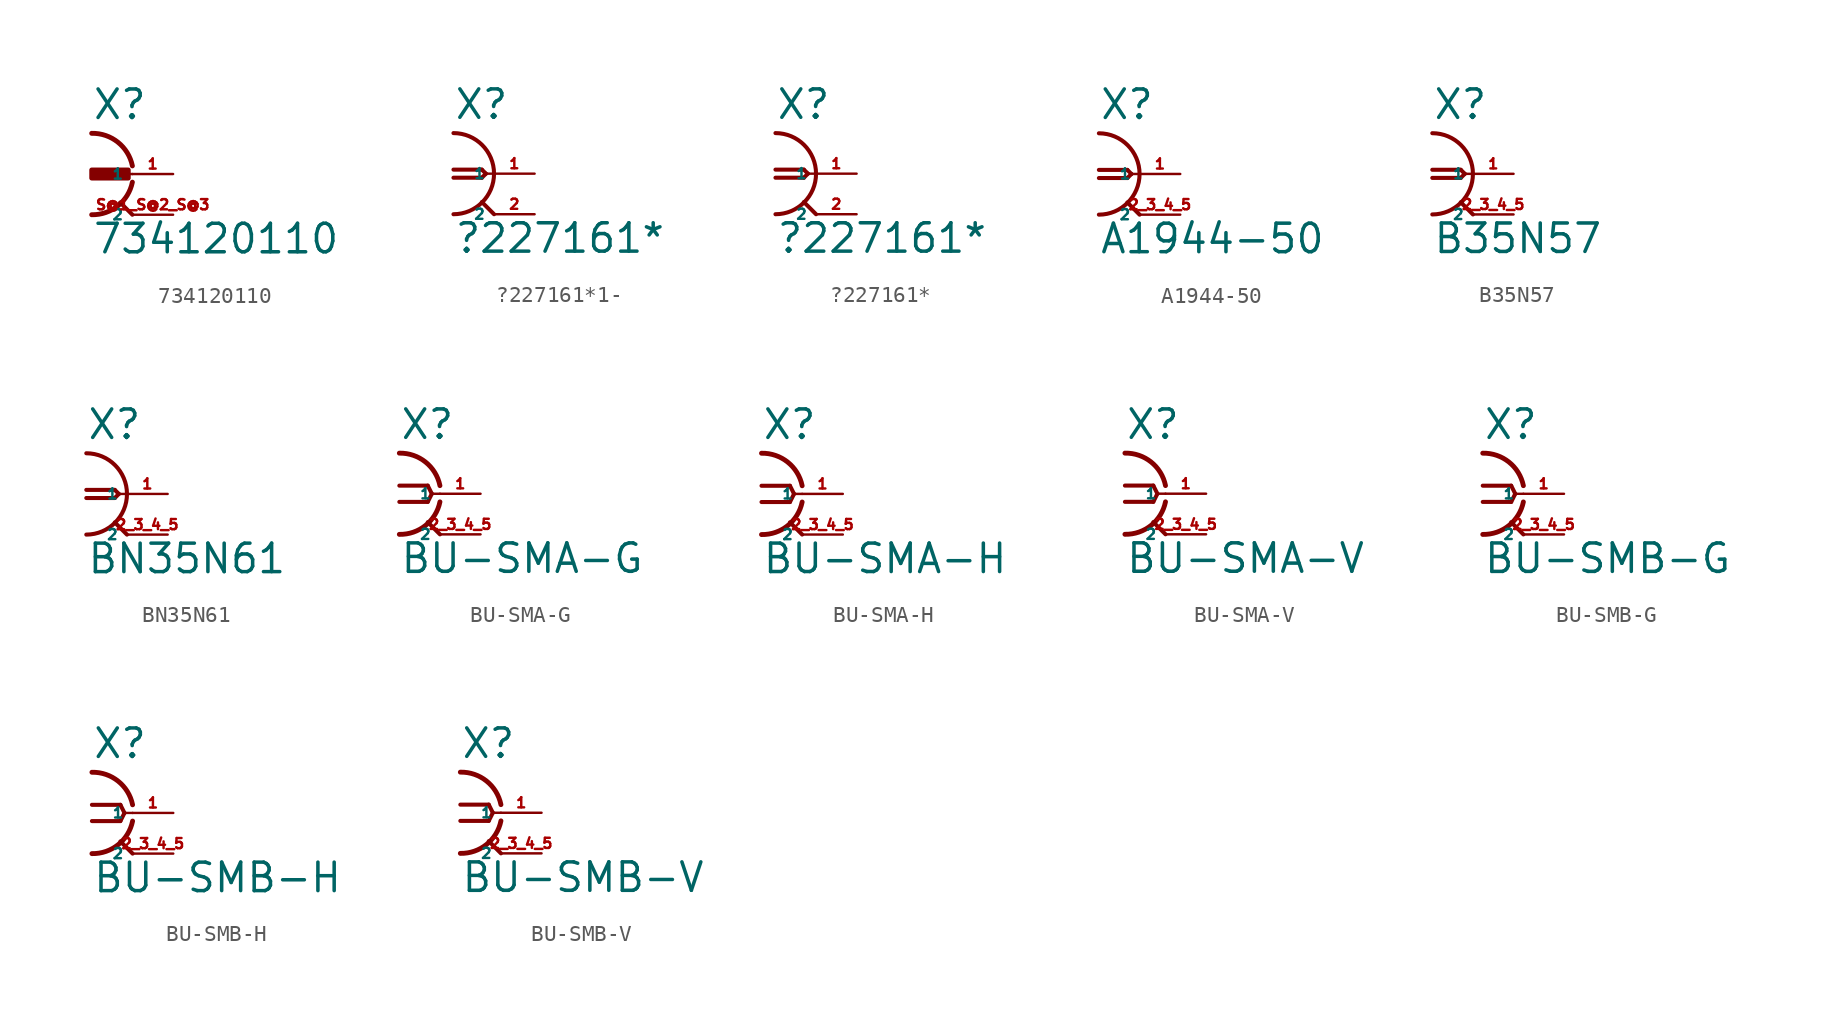
<source format=kicad_sym>
(kicad_symbol_lib
  (version 20220914)
  (generator Eagle2Kicad)
  (symbol "734120110"
    (property "Reference" "X"
      (at -2.54 3.302 0)
      (effects (font (size 1.778 1.778) (thickness 0.22)) (justify left bottom)))
    (property "Value" "734120110"
      (at -2.54 -5.08 0)
      (effects (font (size 1.778 1.778) (thickness 0.22)) (justify left bottom)))
    (polyline
      (pts (xy 0 -2.54) (xy -0.762 -1.778))
      (stroke (width 0.254) (type default))
      (fill (type none)))
    (polyline
      (pts (xy 0 0) (xy -0.508 0))
      (stroke (width 0.152) (type default))
      (fill (type none)))
    (arc
      (start 0 0.508)
      (mid -0.902 1.984)
      (end -2.54 2.54)
      (stroke (width 0.3048) (type default))
      (fill (type none)))
    (arc
      (start -2.54 -2.54)
      (mid -0.902 -1.984)
      (end 0 -0.508)
      (stroke (width 0.3048) (type default))
      (fill (type none)))
    (rectangle
      (start -2.54 -0.254)
      (end -0.254 0.254)
      (stroke (width 0.3) (type default))
      (fill (type outline)))
    (pin passive line
      (at 2.54 0 180)
      (length 2.54)
      (name "1" (effects (font (size 0.635 0.635) (thickness 0.08)) (justify left bottom)))
      (number "1" (effects (font (size 0.635 0.635) (thickness 0.08)) (justify left bottom))))
    (pin passive line
      (at 2.54 -2.54 180)
      (length 2.54)
      (name "2" (effects (font (size 0.635 0.635) (thickness 0.08)) (justify left bottom)))
      (number "S@1 S@2 S@3" (effects (font (size 0.635 0.635) (thickness 0.08)) (justify left bottom)))))
  (symbol "?227161*1-"
    (property "Reference" "X"
      (at -2.54 3.302 0)
      (effects (font (size 1.778 1.778) (thickness 0.22)) (justify left bottom)))
    (property "Value" "?227161*"
      (at -2.54 -5.08 0)
      (effects (font (size 1.778 1.778) (thickness 0.22)) (justify left bottom)))
    (arc
      (start -2.54 -2.54)
      (mid 0.000 0.000)
      (end -2.54 2.54)
      (stroke (width 0.254) (type default))
      (fill (type none)))
    (polyline
      (pts (xy 0 -2.54) (xy -0.762 -1.778))
      (stroke (width 0.254) (type default))
      (fill (type none)))
    (polyline
      (pts (xy 0 0) (xy -0.508 0))
      (stroke (width 0.152) (type default))
      (fill (type none)))
    (polyline
      (pts (xy -2.54 0.254) (xy -0.762 0.254))
      (stroke (width 0.254) (type default))
      (fill (type none)))
    (polyline
      (pts (xy -0.762 0.254) (xy -0.508 0))
      (stroke (width 0.254) (type default))
      (fill (type none)))
    (polyline
      (pts (xy -0.508 0) (xy -0.762 -0.254))
      (stroke (width 0.254) (type default))
      (fill (type none)))
    (polyline
      (pts (xy -0.762 -0.254) (xy -2.54 -0.254))
      (stroke (width 0.254) (type default))
      (fill (type none)))
    (pin passive line
      (at 2.54 0 180)
      (length 2.54)
      (name "1" (effects (font (size 0.635 0.635) (thickness 0.08)) (justify left bottom)))
      (number "1" (effects (font (size 0.635 0.635) (thickness 0.08)) (justify left bottom))))
    (pin passive line
      (at 2.54 -2.54 180)
      (length 2.54)
      (name "2" (effects (font (size 0.635 0.635) (thickness 0.08)) (justify left bottom)))
      (number "2" (effects (font (size 0.635 0.635) (thickness 0.08)) (justify left bottom)))))
  (symbol "?227161*"
    (property "Reference" "X"
      (at -2.54 3.302 0)
      (effects (font (size 1.778 1.778) (thickness 0.22)) (justify left bottom)))
    (property "Value" "?227161*"
      (at -2.54 -5.08 0)
      (effects (font (size 1.778 1.778) (thickness 0.22)) (justify left bottom)))
    (arc
      (start -2.54 -2.54)
      (mid 0.000 0.000)
      (end -2.54 2.54)
      (stroke (width 0.254) (type default))
      (fill (type none)))
    (polyline
      (pts (xy 0 -2.54) (xy -0.762 -1.778))
      (stroke (width 0.254) (type default))
      (fill (type none)))
    (polyline
      (pts (xy 0 0) (xy -0.508 0))
      (stroke (width 0.152) (type default))
      (fill (type none)))
    (polyline
      (pts (xy -2.54 0.254) (xy -0.762 0.254))
      (stroke (width 0.254) (type default))
      (fill (type none)))
    (polyline
      (pts (xy -0.762 0.254) (xy -0.508 0))
      (stroke (width 0.254) (type default))
      (fill (type none)))
    (polyline
      (pts (xy -0.508 0) (xy -0.762 -0.254))
      (stroke (width 0.254) (type default))
      (fill (type none)))
    (polyline
      (pts (xy -0.762 -0.254) (xy -2.54 -0.254))
      (stroke (width 0.254) (type default))
      (fill (type none)))
    (pin passive line
      (at 2.54 0 180)
      (length 2.54)
      (name "1" (effects (font (size 0.635 0.635) (thickness 0.08)) (justify left bottom)))
      (number "1" (effects (font (size 0.635 0.635) (thickness 0.08)) (justify left bottom))))
    (pin passive line
      (at 2.54 -2.54 180)
      (length 2.54)
      (name "2" (effects (font (size 0.635 0.635) (thickness 0.08)) (justify left bottom)))
      (number "2" (effects (font (size 0.635 0.635) (thickness 0.08)) (justify left bottom)))))
  (symbol "A1944-50"
    (property "Reference" "X"
      (at -2.54 3.302 0)
      (effects (font (size 1.778 1.778) (thickness 0.22)) (justify left bottom)))
    (property "Value" "A1944-50"
      (at -2.54 -5.08 0)
      (effects (font (size 1.778 1.778) (thickness 0.22)) (justify left bottom)))
    (arc
      (start -2.54 -2.54)
      (mid 0.000 0.000)
      (end -2.54 2.54)
      (stroke (width 0.254) (type default))
      (fill (type none)))
    (polyline
      (pts (xy 0 -2.54) (xy -0.762 -1.778))
      (stroke (width 0.254) (type default))
      (fill (type none)))
    (polyline
      (pts (xy 0 0) (xy -0.508 0))
      (stroke (width 0.152) (type default))
      (fill (type none)))
    (polyline
      (pts (xy -2.54 0.254) (xy -0.762 0.254))
      (stroke (width 0.254) (type default))
      (fill (type none)))
    (polyline
      (pts (xy -0.762 0.254) (xy -0.508 0))
      (stroke (width 0.254) (type default))
      (fill (type none)))
    (polyline
      (pts (xy -0.508 0) (xy -0.762 -0.254))
      (stroke (width 0.254) (type default))
      (fill (type none)))
    (polyline
      (pts (xy -0.762 -0.254) (xy -2.54 -0.254))
      (stroke (width 0.254) (type default))
      (fill (type none)))
    (pin passive line
      (at 2.54 0 180)
      (length 2.54)
      (name "1" (effects (font (size 0.635 0.635) (thickness 0.08)) (justify left bottom)))
      (number "1" (effects (font (size 0.635 0.635) (thickness 0.08)) (justify left bottom))))
    (pin passive line
      (at 2.54 -2.54 180)
      (length 2.54)
      (name "2" (effects (font (size 0.635 0.635) (thickness 0.08)) (justify left bottom)))
      (number "2 3 4 5" (effects (font (size 0.635 0.635) (thickness 0.08)) (justify left bottom)))))
  (symbol "B35N57"
    (property "Reference" "X"
      (at -2.54 3.302 0)
      (effects (font (size 1.778 1.778) (thickness 0.22)) (justify left bottom)))
    (property "Value" "B35N57"
      (at -2.54 -5.08 0)
      (effects (font (size 1.778 1.778) (thickness 0.22)) (justify left bottom)))
    (arc
      (start -2.54 -2.54)
      (mid 0.000 0.000)
      (end -2.54 2.54)
      (stroke (width 0.254) (type default))
      (fill (type none)))
    (polyline
      (pts (xy 0 -2.54) (xy -0.762 -1.778))
      (stroke (width 0.254) (type default))
      (fill (type none)))
    (polyline
      (pts (xy 0 0) (xy -0.508 0))
      (stroke (width 0.152) (type default))
      (fill (type none)))
    (polyline
      (pts (xy -2.54 0.254) (xy -0.762 0.254))
      (stroke (width 0.254) (type default))
      (fill (type none)))
    (polyline
      (pts (xy -0.762 0.254) (xy -0.508 0))
      (stroke (width 0.254) (type default))
      (fill (type none)))
    (polyline
      (pts (xy -0.508 0) (xy -0.762 -0.254))
      (stroke (width 0.254) (type default))
      (fill (type none)))
    (polyline
      (pts (xy -0.762 -0.254) (xy -2.54 -0.254))
      (stroke (width 0.254) (type default))
      (fill (type none)))
    (pin passive line
      (at 2.54 0 180)
      (length 2.54)
      (name "1" (effects (font (size 0.635 0.635) (thickness 0.08)) (justify left bottom)))
      (number "1" (effects (font (size 0.635 0.635) (thickness 0.08)) (justify left bottom))))
    (pin passive line
      (at 2.54 -2.54 180)
      (length 2.54)
      (name "2" (effects (font (size 0.635 0.635) (thickness 0.08)) (justify left bottom)))
      (number "2 3 4 5" (effects (font (size 0.635 0.635) (thickness 0.08)) (justify left bottom)))))
  (symbol "BN35N61"
    (property "Reference" "X"
      (at -2.54 3.302 0)
      (effects (font (size 1.778 1.778) (thickness 0.22)) (justify left bottom)))
    (property "Value" "BN35N61"
      (at -2.54 -5.08 0)
      (effects (font (size 1.778 1.778) (thickness 0.22)) (justify left bottom)))
    (arc
      (start -2.54 -2.54)
      (mid 0.000 0.000)
      (end -2.54 2.54)
      (stroke (width 0.254) (type default))
      (fill (type none)))
    (polyline
      (pts (xy 0 -2.54) (xy -0.762 -1.778))
      (stroke (width 0.254) (type default))
      (fill (type none)))
    (polyline
      (pts (xy 0 0) (xy -0.508 0))
      (stroke (width 0.152) (type default))
      (fill (type none)))
    (polyline
      (pts (xy -2.54 0.254) (xy -0.762 0.254))
      (stroke (width 0.254) (type default))
      (fill (type none)))
    (polyline
      (pts (xy -0.762 0.254) (xy -0.508 0))
      (stroke (width 0.254) (type default))
      (fill (type none)))
    (polyline
      (pts (xy -0.508 0) (xy -0.762 -0.254))
      (stroke (width 0.254) (type default))
      (fill (type none)))
    (polyline
      (pts (xy -0.762 -0.254) (xy -2.54 -0.254))
      (stroke (width 0.254) (type default))
      (fill (type none)))
    (pin passive line
      (at 2.54 0 180)
      (length 2.54)
      (name "1" (effects (font (size 0.635 0.635) (thickness 0.08)) (justify left bottom)))
      (number "1" (effects (font (size 0.635 0.635) (thickness 0.08)) (justify left bottom))))
    (pin passive line
      (at 2.54 -2.54 180)
      (length 2.54)
      (name "2" (effects (font (size 0.635 0.635) (thickness 0.08)) (justify left bottom)))
      (number "2 3 4 5" (effects (font (size 0.635 0.635) (thickness 0.08)) (justify left bottom)))))
  (symbol "BU-SMA-G"
    (property "Reference" "X"
      (at -2.54 3.302 0)
      (effects (font (size 1.778 1.778) (thickness 0.22)) (justify left bottom)))
    (property "Value" "BU-SMA-G"
      (at -2.54 -5.08 0)
      (effects (font (size 1.778 1.778) (thickness 0.22)) (justify left bottom)))
    (polyline
      (pts (xy 0 -2.54) (xy -0.762 -1.778))
      (stroke (width 0.254) (type default))
      (fill (type none)))
    (polyline
      (pts (xy 0 0) (xy -0.508 0))
      (stroke (width 0.152) (type default))
      (fill (type none)))
    (polyline
      (pts (xy -2.54 0.508) (xy -0.762 0.508))
      (stroke (width 0.254) (type default))
      (fill (type none)))
    (polyline
      (pts (xy -0.762 0.508) (xy -0.508 0))
      (stroke (width 0.254) (type default))
      (fill (type none)))
    (polyline
      (pts (xy -0.508 0) (xy -0.762 -0.508))
      (stroke (width 0.254) (type default))
      (fill (type none)))
    (polyline
      (pts (xy -0.762 -0.508) (xy -2.54 -0.508))
      (stroke (width 0.254) (type default))
      (fill (type none)))
    (arc
      (start 0 0.508)
      (mid -0.902 1.984)
      (end -2.54 2.54)
      (stroke (width 0.3048) (type default))
      (fill (type none)))
    (arc
      (start -2.54 -2.54)
      (mid -0.902 -1.984)
      (end 0 -0.508)
      (stroke (width 0.3048) (type default))
      (fill (type none)))
    (pin passive line
      (at 2.54 0 180)
      (length 2.54)
      (name "1" (effects (font (size 0.635 0.635) (thickness 0.08)) (justify left bottom)))
      (number "1" (effects (font (size 0.635 0.635) (thickness 0.08)) (justify left bottom))))
    (pin passive line
      (at 2.54 -2.54 180)
      (length 2.54)
      (name "2" (effects (font (size 0.635 0.635) (thickness 0.08)) (justify left bottom)))
      (number "2 3 4 5" (effects (font (size 0.635 0.635) (thickness 0.08)) (justify left bottom)))))
  (symbol "BU-SMA-H"
    (property "Reference" "X"
      (at -2.54 3.302 0)
      (effects (font (size 1.778 1.778) (thickness 0.22)) (justify left bottom)))
    (property "Value" "BU-SMA-H"
      (at -2.54 -5.08 0)
      (effects (font (size 1.778 1.778) (thickness 0.22)) (justify left bottom)))
    (polyline
      (pts (xy 0 -2.54) (xy -0.762 -1.778))
      (stroke (width 0.254) (type default))
      (fill (type none)))
    (polyline
      (pts (xy 0 0) (xy -0.508 0))
      (stroke (width 0.152) (type default))
      (fill (type none)))
    (polyline
      (pts (xy -2.54 0.508) (xy -0.762 0.508))
      (stroke (width 0.254) (type default))
      (fill (type none)))
    (polyline
      (pts (xy -0.762 0.508) (xy -0.508 0))
      (stroke (width 0.254) (type default))
      (fill (type none)))
    (polyline
      (pts (xy -0.508 0) (xy -0.762 -0.508))
      (stroke (width 0.254) (type default))
      (fill (type none)))
    (polyline
      (pts (xy -0.762 -0.508) (xy -2.54 -0.508))
      (stroke (width 0.254) (type default))
      (fill (type none)))
    (arc
      (start 0 0.508)
      (mid -0.902 1.984)
      (end -2.54 2.54)
      (stroke (width 0.3048) (type default))
      (fill (type none)))
    (arc
      (start -2.54 -2.54)
      (mid -0.902 -1.984)
      (end 0 -0.508)
      (stroke (width 0.3048) (type default))
      (fill (type none)))
    (pin passive line
      (at 2.54 0 180)
      (length 2.54)
      (name "1" (effects (font (size 0.635 0.635) (thickness 0.08)) (justify left bottom)))
      (number "1" (effects (font (size 0.635 0.635) (thickness 0.08)) (justify left bottom))))
    (pin passive line
      (at 2.54 -2.54 180)
      (length 2.54)
      (name "2" (effects (font (size 0.635 0.635) (thickness 0.08)) (justify left bottom)))
      (number "2 3 4 5" (effects (font (size 0.635 0.635) (thickness 0.08)) (justify left bottom)))))
  (symbol "BU-SMA-V"
    (property "Reference" "X"
      (at -2.54 3.302 0)
      (effects (font (size 1.778 1.778) (thickness 0.22)) (justify left bottom)))
    (property "Value" "BU-SMA-V"
      (at -2.54 -5.08 0)
      (effects (font (size 1.778 1.778) (thickness 0.22)) (justify left bottom)))
    (polyline
      (pts (xy 0 -2.54) (xy -0.762 -1.778))
      (stroke (width 0.254) (type default))
      (fill (type none)))
    (polyline
      (pts (xy 0 0) (xy -0.508 0))
      (stroke (width 0.152) (type default))
      (fill (type none)))
    (polyline
      (pts (xy -2.54 0.508) (xy -0.762 0.508))
      (stroke (width 0.254) (type default))
      (fill (type none)))
    (polyline
      (pts (xy -0.762 0.508) (xy -0.508 0))
      (stroke (width 0.254) (type default))
      (fill (type none)))
    (polyline
      (pts (xy -0.508 0) (xy -0.762 -0.508))
      (stroke (width 0.254) (type default))
      (fill (type none)))
    (polyline
      (pts (xy -0.762 -0.508) (xy -2.54 -0.508))
      (stroke (width 0.254) (type default))
      (fill (type none)))
    (arc
      (start 0 0.508)
      (mid -0.902 1.984)
      (end -2.54 2.54)
      (stroke (width 0.3048) (type default))
      (fill (type none)))
    (arc
      (start -2.54 -2.54)
      (mid -0.902 -1.984)
      (end 0 -0.508)
      (stroke (width 0.3048) (type default))
      (fill (type none)))
    (pin passive line
      (at 2.54 0 180)
      (length 2.54)
      (name "1" (effects (font (size 0.635 0.635) (thickness 0.08)) (justify left bottom)))
      (number "1" (effects (font (size 0.635 0.635) (thickness 0.08)) (justify left bottom))))
    (pin passive line
      (at 2.54 -2.54 180)
      (length 2.54)
      (name "2" (effects (font (size 0.635 0.635) (thickness 0.08)) (justify left bottom)))
      (number "2 3 4 5" (effects (font (size 0.635 0.635) (thickness 0.08)) (justify left bottom)))))
  (symbol "BU-SMB-G"
    (property "Reference" "X"
      (at -2.54 3.302 0)
      (effects (font (size 1.778 1.778) (thickness 0.22)) (justify left bottom)))
    (property "Value" "BU-SMB-G"
      (at -2.54 -5.08 0)
      (effects (font (size 1.778 1.778) (thickness 0.22)) (justify left bottom)))
    (polyline
      (pts (xy 0 -2.54) (xy -0.762 -1.778))
      (stroke (width 0.254) (type default))
      (fill (type none)))
    (polyline
      (pts (xy 0 0) (xy -0.508 0))
      (stroke (width 0.152) (type default))
      (fill (type none)))
    (polyline
      (pts (xy -2.54 0.508) (xy -0.762 0.508))
      (stroke (width 0.254) (type default))
      (fill (type none)))
    (polyline
      (pts (xy -0.762 0.508) (xy -0.508 0))
      (stroke (width 0.254) (type default))
      (fill (type none)))
    (polyline
      (pts (xy -0.508 0) (xy -0.762 -0.508))
      (stroke (width 0.254) (type default))
      (fill (type none)))
    (polyline
      (pts (xy -0.762 -0.508) (xy -2.54 -0.508))
      (stroke (width 0.254) (type default))
      (fill (type none)))
    (arc
      (start 0 0.508)
      (mid -0.902 1.984)
      (end -2.54 2.54)
      (stroke (width 0.3048) (type default))
      (fill (type none)))
    (arc
      (start -2.54 -2.54)
      (mid -0.902 -1.984)
      (end 0 -0.508)
      (stroke (width 0.3048) (type default))
      (fill (type none)))
    (pin passive line
      (at 2.54 0 180)
      (length 2.54)
      (name "1" (effects (font (size 0.635 0.635) (thickness 0.08)) (justify left bottom)))
      (number "1" (effects (font (size 0.635 0.635) (thickness 0.08)) (justify left bottom))))
    (pin passive line
      (at 2.54 -2.54 180)
      (length 2.54)
      (name "2" (effects (font (size 0.635 0.635) (thickness 0.08)) (justify left bottom)))
      (number "2 3 4 5" (effects (font (size 0.635 0.635) (thickness 0.08)) (justify left bottom)))))
  (symbol "BU-SMB-H"
    (property "Reference" "X"
      (at -2.54 3.302 0)
      (effects (font (size 1.778 1.778) (thickness 0.22)) (justify left bottom)))
    (property "Value" "BU-SMB-H"
      (at -2.54 -5.08 0)
      (effects (font (size 1.778 1.778) (thickness 0.22)) (justify left bottom)))
    (polyline
      (pts (xy 0 -2.54) (xy -0.762 -1.778))
      (stroke (width 0.254) (type default))
      (fill (type none)))
    (polyline
      (pts (xy 0 0) (xy -0.508 0))
      (stroke (width 0.152) (type default))
      (fill (type none)))
    (polyline
      (pts (xy -2.54 0.508) (xy -0.762 0.508))
      (stroke (width 0.254) (type default))
      (fill (type none)))
    (polyline
      (pts (xy -0.762 0.508) (xy -0.508 0))
      (stroke (width 0.254) (type default))
      (fill (type none)))
    (polyline
      (pts (xy -0.508 0) (xy -0.762 -0.508))
      (stroke (width 0.254) (type default))
      (fill (type none)))
    (polyline
      (pts (xy -0.762 -0.508) (xy -2.54 -0.508))
      (stroke (width 0.254) (type default))
      (fill (type none)))
    (arc
      (start 0 0.508)
      (mid -0.902 1.984)
      (end -2.54 2.54)
      (stroke (width 0.3048) (type default))
      (fill (type none)))
    (arc
      (start -2.54 -2.54)
      (mid -0.902 -1.984)
      (end 0 -0.508)
      (stroke (width 0.3048) (type default))
      (fill (type none)))
    (pin passive line
      (at 2.54 0 180)
      (length 2.54)
      (name "1" (effects (font (size 0.635 0.635) (thickness 0.08)) (justify left bottom)))
      (number "1" (effects (font (size 0.635 0.635) (thickness 0.08)) (justify left bottom))))
    (pin passive line
      (at 2.54 -2.54 180)
      (length 2.54)
      (name "2" (effects (font (size 0.635 0.635) (thickness 0.08)) (justify left bottom)))
      (number "2 3 4 5" (effects (font (size 0.635 0.635) (thickness 0.08)) (justify left bottom)))))
  (symbol "BU-SMB-V"
    (property "Reference" "X"
      (at -2.54 3.302 0)
      (effects (font (size 1.778 1.778) (thickness 0.22)) (justify left bottom)))
    (property "Value" "BU-SMB-V"
      (at -2.54 -5.08 0)
      (effects (font (size 1.778 1.778) (thickness 0.22)) (justify left bottom)))
    (polyline
      (pts (xy 0 -2.54) (xy -0.762 -1.778))
      (stroke (width 0.254) (type default))
      (fill (type none)))
    (polyline
      (pts (xy 0 0) (xy -0.508 0))
      (stroke (width 0.152) (type default))
      (fill (type none)))
    (polyline
      (pts (xy -2.54 0.508) (xy -0.762 0.508))
      (stroke (width 0.254) (type default))
      (fill (type none)))
    (polyline
      (pts (xy -0.762 0.508) (xy -0.508 0))
      (stroke (width 0.254) (type default))
      (fill (type none)))
    (polyline
      (pts (xy -0.508 0) (xy -0.762 -0.508))
      (stroke (width 0.254) (type default))
      (fill (type none)))
    (polyline
      (pts (xy -0.762 -0.508) (xy -2.54 -0.508))
      (stroke (width 0.254) (type default))
      (fill (type none)))
    (arc
      (start 0 0.508)
      (mid -0.902 1.984)
      (end -2.54 2.54)
      (stroke (width 0.3048) (type default))
      (fill (type none)))
    (arc
      (start -2.54 -2.54)
      (mid -0.902 -1.984)
      (end 0 -0.508)
      (stroke (width 0.3048) (type default))
      (fill (type none)))
    (pin passive line
      (at 2.54 0 180)
      (length 2.54)
      (name "1" (effects (font (size 0.635 0.635) (thickness 0.08)) (justify left bottom)))
      (number "1" (effects (font (size 0.635 0.635) (thickness 0.08)) (justify left bottom))))
    (pin passive line
      (at 2.54 -2.54 180)
      (length 2.54)
      (name "2" (effects (font (size 0.635 0.635) (thickness 0.08)) (justify left bottom)))
      (number "2 3 4 5" (effects (font (size 0.635 0.635) (thickness 0.08)) (justify left bottom))))))
</source>
